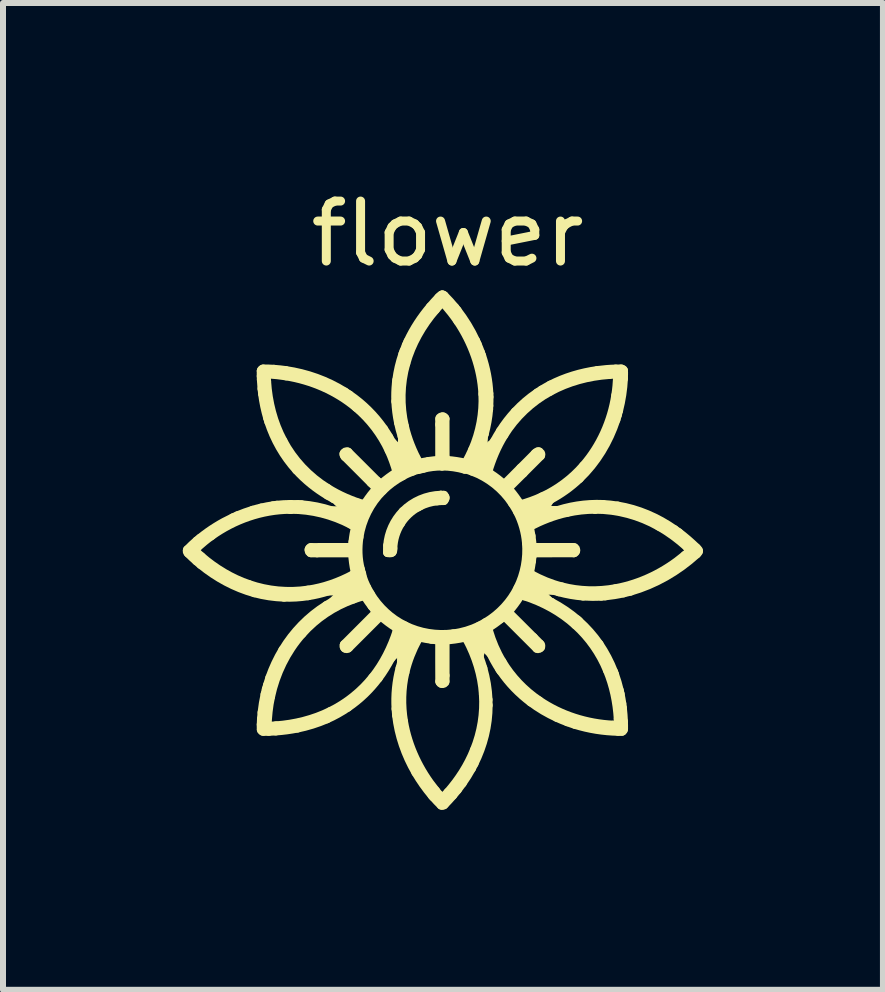
<source format=kicad_pcb>
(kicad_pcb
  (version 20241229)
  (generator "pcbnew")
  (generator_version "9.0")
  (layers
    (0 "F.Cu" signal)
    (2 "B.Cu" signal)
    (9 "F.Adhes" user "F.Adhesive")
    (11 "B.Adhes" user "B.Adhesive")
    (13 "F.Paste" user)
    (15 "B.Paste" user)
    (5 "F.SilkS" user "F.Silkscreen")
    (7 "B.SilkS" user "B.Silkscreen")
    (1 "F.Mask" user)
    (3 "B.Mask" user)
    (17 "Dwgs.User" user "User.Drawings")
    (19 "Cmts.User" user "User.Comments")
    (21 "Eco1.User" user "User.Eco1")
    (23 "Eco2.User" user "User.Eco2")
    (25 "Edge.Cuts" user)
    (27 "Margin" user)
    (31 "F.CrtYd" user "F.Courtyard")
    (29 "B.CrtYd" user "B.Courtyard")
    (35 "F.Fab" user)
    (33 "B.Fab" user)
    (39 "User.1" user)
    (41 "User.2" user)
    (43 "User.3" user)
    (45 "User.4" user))
  (footprint "flower"
    (layer "F.Cu")
    (at 4.415 5.848)
    (property "Reference" "flower" (at 0 -5 0) (layer "F.SilkS") (effects (font (size 1 1) (thickness 0.15))))
    (attr through_hole)
    (fp_line (start -2.99 -2.664) (end -2.99 -2.664) (stroke (width 0.153) (type solid)) (layer "F.SilkS"))
    (fp_line (start -2.617 -0.407) (end -2.617 -0.407) (stroke (width 0.153) (type solid)) (layer "F.SilkS"))
    (fp_line (start -1.371 1.05) (end -1.371 1.05) (stroke (width 0.153) (type solid)) (layer "F.SilkS"))
    (fp_line (start -0.455 1.727) (end -0.455 1.727) (stroke (width 0.153) (type solid)) (layer "F.SilkS"))
    (fp_line (start -0.113 -0.638) (end -0.113 -0.638) (stroke (width 0.153) (type solid)) (layer "F.SilkS"))
    (fp_line (start -0.094 -1.129) (end -0.094 -1.129) (stroke (width 0.153) (type solid)) (layer "F.SilkS"))
    (fp_line (start -0.091 -3.978) (end -0.091 -3.978) (stroke (width 0.153) (type solid)) (layer "F.SilkS"))
    (fp_line (start -0.061 -3.843) (end -0.061 -3.843) (stroke (width 0.153) (type solid)) (layer "F.SilkS"))
    (fp_line (start 0.5 2.2) (end 0.6 1.8) (stroke (width 0.12) (type solid)) (layer "F.SilkS"))
    (fp_line (start 0.9 2.2) (end 0.5 1.8) (stroke (width 0.12) (type solid)) (layer "F.SilkS"))
    (fp_line (start 1.234 1.022) (end 1.234 1.022) (stroke (width 0.153) (type solid)) (layer "F.SilkS"))
    (fp_line (start 1.543 -0.271) (end 1.9 -0.4) (stroke (width 0.12) (type solid)) (layer "F.SilkS"))
    (fp_line (start 1.8 -0.7) (end 1.543 -0.271) (stroke (width 0.12) (type solid)) (layer "F.SilkS"))
    (fp_line (start 1.9 -0.4) (end 1.4 -0.4) (stroke (width 0.12) (type solid)) (layer "F.SilkS"))
    (fp_line (start 2.458 -0.408) (end 2.458 -0.408) (stroke (width 0.153) (type solid)) (layer "F.SilkS"))
    (fp_line (start 2.836 -2.627) (end 2.836 -2.627) (stroke (width 0.153) (type solid)) (layer "F.SilkS"))
    (fp_poly (pts (xy -1.4 0.95) (xy -1.75 1.1) (xy -1.85 0.85) (xy -1.5 0.7)) (stroke (width 0.1) (type solid)) (fill yes) (layer "F.SilkS"))
    (fp_poly (pts (xy -1.35 -0.4) (xy -1.45 -0.15) (xy -1.8 -0.3) (xy -1.7 -0.55)) (stroke (width 0.1) (type solid)) (fill yes) (layer "F.SilkS"))
    (fp_poly (pts (xy -0.5 -1.15) (xy -0.75 -1) (xy -0.9 -1.35) (xy -0.65 -1.45)) (stroke (width 0.1) (type solid)) (fill yes) (layer "F.SilkS"))
    (fp_poly (pts (xy -0.5 1.65) (xy -0.65 2) (xy -0.9 1.9) (xy -0.75 1.55)) (stroke (width 0.1) (type solid)) (fill yes) (layer "F.SilkS"))
    (fp_poly (pts (xy 0.7 -1.35) (xy 0.6 -1.05) (xy 0.35 -1.15) (xy 0.5 -1.45)) (stroke (width 0.1) (type solid)) (fill yes) (layer "F.SilkS"))
    (fp_poly (pts (xy 0.7 1.8) (xy 0.459 1.907) (xy 0.35 1.7) (xy 0.55 1.55)) (stroke (width 0.1) (type solid)) (fill yes) (layer "F.SilkS"))
    (fp_poly (pts (xy 1.6 -0.3) (xy 1.4 -0.2) (xy 1.25 -0.45) (xy 1.55 -0.5)) (stroke (width 0.1) (type solid)) (fill yes) (layer "F.SilkS"))
    (fp_poly (pts (xy 1.6 0.85) (xy 1.5 1.05) (xy 1.25 0.95) (xy 1.35 0.7)) (stroke (width 0.1) (type solid)) (fill yes) (layer "F.SilkS"))
    (fp_curve (pts (xy -4.337 0.271) (xy -4.348 0.289) (xy -4.34 0.312) (xy -4.324 0.324)) (stroke (width 0.153) (type solid)) (layer "F.SilkS"))
    (fp_curve (pts (xy -4.324 0.324) (xy -4.28 0.369) (xy -4.234 0.412) (xy -4.186 0.453)) (stroke (width 0.153) (type solid)) (layer "F.SilkS"))
    (fp_curve (pts (xy -4.196 0.311) (xy -4.202 0.28) (xy -4.2 0.244) (xy -4.175 0.222)) (stroke (width 0.153) (type solid)) (layer "F.SilkS"))
    (fp_curve (pts (xy -4.186 0.453) (xy -4.164 0.472) (xy -4.139 0.494) (xy -4.116 0.513)) (stroke (width 0.153) (type solid)) (layer "F.SilkS"))
    (fp_curve (pts (xy -4.18 0.123) (xy -4.234 0.17) (xy -4.287 0.218) (xy -4.337 0.271)) (stroke (width 0.153) (type solid)) (layer "F.SilkS"))
    (fp_curve (pts (xy -4.175 0.222) (xy -4.1 0.156) (xy -4.024 0.091) (xy -3.942 0.033)) (stroke (width 0.153) (type solid)) (layer "F.SilkS"))
    (fp_curve (pts (xy -4.127 0.08) (xy -4.143 0.093) (xy -4.163 0.109) (xy -4.18 0.123)) (stroke (width 0.153) (type solid)) (layer "F.SilkS"))
    (fp_curve (pts (xy -4.116 0.513) (xy -3.854 0.728) (xy -3.55 0.894) (xy -3.223 0.984)) (stroke (width 0.153) (type solid)) (layer "F.SilkS"))
    (fp_curve (pts (xy -4.11 0.387) (xy -4.139 0.362) (xy -4.168 0.336) (xy -4.196 0.311)) (stroke (width 0.153) (type solid)) (layer "F.SilkS"))
    (fp_curve (pts (xy -3.942 0.033) (xy -3.562 -0.24) (xy -3.1 -0.403) (xy -2.631 -0.407)) (stroke (width 0.153) (type solid)) (layer "F.SilkS"))
    (fp_curve (pts (xy -3.579 -0.262) (xy -3.775 -0.171) (xy -3.96 -0.056) (xy -4.127 0.08)) (stroke (width 0.153) (type solid)) (layer "F.SilkS"))
    (fp_curve (pts (xy -3.503 -0.296) (xy -3.527 -0.286) (xy -3.554 -0.274) (xy -3.579 -0.262)) (stroke (width 0.153) (type solid)) (layer "F.SilkS"))
    (fp_curve (pts (xy -3.317 0.851) (xy -3.609 0.751) (xy -3.877 0.589) (xy -4.11 0.387)) (stroke (width 0.153) (type solid)) (layer "F.SilkS"))
    (fp_curve (pts (xy -3.251 -0.387) (xy -3.336 -0.361) (xy -3.42 -0.331) (xy -3.503 -0.296)) (stroke (width 0.153) (type solid)) (layer "F.SilkS"))
    (fp_curve (pts (xy -3.223 0.984) (xy -3.062 1.028) (xy -2.896 1.053) (xy -2.73 1.058)) (stroke (width 0.153) (type solid)) (layer "F.SilkS"))
    (fp_curve (pts (xy -3.107 -0.425) (xy -3.156 -0.414) (xy -3.204 -0.401) (xy -3.251 -0.387)) (stroke (width 0.153) (type solid)) (layer "F.SilkS"))
    (fp_curve (pts (xy -3.107 3.183) (xy -3.107 3.212) (xy -3.109 3.24) (xy -3.106 3.268)) (stroke (width 0.153) (type solid)) (layer "F.SilkS"))
    (fp_curve (pts (xy -3.107 -2.625) (xy -3.107 -2.606) (xy -3.106 -2.585) (xy -3.105 -2.568)) (stroke (width 0.153) (type solid)) (layer "F.SilkS"))
    (fp_curve (pts (xy -3.107 -2.714) (xy -3.11 -2.684) (xy -3.106 -2.654) (xy -3.107 -2.625)) (stroke (width 0.153) (type solid)) (layer "F.SilkS"))
    (fp_curve (pts (xy -3.106 3.268) (xy -3.104 3.284) (xy -3.091 3.294) (xy -3.076 3.295)) (stroke (width 0.153) (type solid)) (layer "F.SilkS"))
    (fp_curve (pts (xy -3.105 -2.568) (xy -3.103 -2.517) (xy -3.099 -2.466) (xy -3.094 -2.415)) (stroke (width 0.153) (type solid)) (layer "F.SilkS"))
    (fp_curve (pts (xy -3.103 3.092) (xy -3.105 3.121) (xy -3.106 3.154) (xy -3.107 3.183)) (stroke (width 0.153) (type solid)) (layer "F.SilkS"))
    (fp_curve (pts (xy -3.094 -2.415) (xy -3.091 -2.388) (xy -3.088 -2.357) (xy -3.084 -2.329)) (stroke (width 0.153) (type solid)) (layer "F.SilkS"))
    (fp_curve (pts (xy -3.093 2.982) (xy -3.097 3.017) (xy -3.1 3.056) (xy -3.103 3.092)) (stroke (width 0.153) (type solid)) (layer "F.SilkS"))
    (fp_curve (pts (xy -3.084 -2.329) (xy -3.067 -2.193) (xy -3.039 -2.059) (xy -3 -1.928)) (stroke (width 0.153) (type solid)) (layer "F.SilkS"))
    (fp_curve (pts (xy -3.077 -2.743) (xy -3.092 -2.742) (xy -3.106 -2.73) (xy -3.107 -2.714)) (stroke (width 0.153) (type solid)) (layer "F.SilkS"))
    (fp_curve (pts (xy -3.076 3.295) (xy -3.045 3.297) (xy -3.014 3.294) (xy -2.984 3.295)) (stroke (width 0.153) (type solid)) (layer "F.SilkS"))
    (fp_curve (pts (xy -3.043 2.68) (xy -3.065 2.78) (xy -3.082 2.88) (xy -3.093 2.982)) (stroke (width 0.153) (type solid)) (layer "F.SilkS"))
    (fp_curve (pts (xy -3.03 -2.667) (xy -3.017 -2.666) (xy -3.003 -2.665) (xy -2.99 -2.664)) (stroke (width 0.153) (type solid)) (layer "F.SilkS"))
    (fp_curve (pts (xy -3.022 2.594) (xy -3.029 2.622) (xy -3.037 2.654) (xy -3.043 2.68)) (stroke (width 0.153) (type solid)) (layer "F.SilkS"))
    (fp_curve (pts (xy -3.021 -2.538) (xy -3.024 -2.581) (xy -3.027 -2.624) (xy -3.03 -2.667)) (stroke (width 0.153) (type solid)) (layer "F.SilkS"))
    (fp_curve (pts (xy -3.014 3.217) (xy -3.006 3.05) (xy -2.992 2.882) (xy -2.955 2.718)) (stroke (width 0.153) (type solid)) (layer "F.SilkS"))
    (fp_curve (pts (xy -3.003 2.529) (xy -3.009 2.548) (xy -3.016 2.572) (xy -3.022 2.594)) (stroke (width 0.153) (type solid)) (layer "F.SilkS"))
    (fp_curve (pts (xy -3 -1.928) (xy -2.995 -1.909) (xy -2.987 -1.885) (xy -2.981 -1.866)) (stroke (width 0.153) (type solid)) (layer "F.SilkS"))
    (fp_curve (pts (xy -2.99 -2.664) (xy -2.892 -2.657) (xy -2.793 -2.648) (xy -2.695 -2.632)) (stroke (width 0.153) (type solid)) (layer "F.SilkS"))
    (fp_curve (pts (xy -2.984 3.295) (xy -2.945 3.294) (xy -2.903 3.292) (xy -2.865 3.289)) (stroke (width 0.153) (type solid)) (layer "F.SilkS"))
    (fp_curve (pts (xy -2.981 -1.866) (xy -2.885 -1.57) (xy -2.728 -1.293) (xy -2.518 -1.063)) (stroke (width 0.153) (type solid)) (layer "F.SilkS"))
    (fp_curve (pts (xy -2.964 2.405) (xy -2.978 2.445) (xy -2.991 2.487) (xy -3.003 2.529)) (stroke (width 0.153) (type solid)) (layer "F.SilkS"))
    (fp_curve (pts (xy -2.955 2.718) (xy -2.872 2.331) (xy -2.694 1.962) (xy -2.43 1.666)) (stroke (width 0.153) (type solid)) (layer "F.SilkS"))
    (fp_curve (pts (xy -2.912 -0.462) (xy -2.978 -0.453) (xy -3.045 -0.44) (xy -3.107 -0.425)) (stroke (width 0.153) (type solid)) (layer "F.SilkS"))
    (fp_curve (pts (xy -2.898 -2.738) (xy -2.958 -2.742) (xy -3.017 -2.745) (xy -3.077 -2.743)) (stroke (width 0.153) (type solid)) (layer "F.SilkS"))
    (fp_curve (pts (xy -2.865 3.289) (xy -2.744 3.281) (xy -2.624 3.265) (xy -2.506 3.241)) (stroke (width 0.153) (type solid)) (layer "F.SilkS"))
    (fp_curve (pts (xy -2.862 3.207) (xy -2.912 3.211) (xy -2.963 3.214) (xy -3.014 3.217)) (stroke (width 0.153) (type solid)) (layer "F.SilkS"))
    (fp_curve (pts (xy -2.848 -0.471) (xy -2.868 -0.468) (xy -2.891 -0.465) (xy -2.912 -0.462)) (stroke (width 0.153) (type solid)) (layer "F.SilkS"))
    (fp_curve (pts (xy -2.749 -1.545) (xy -2.913 -1.85) (xy -2.999 -2.193) (xy -3.021 -2.538)) (stroke (width 0.153) (type solid)) (layer "F.SilkS"))
    (fp_curve (pts (xy -2.747 1.942) (xy -2.834 2.086) (xy -2.908 2.244) (xy -2.964 2.405)) (stroke (width 0.153) (type solid)) (layer "F.SilkS"))
    (fp_curve (pts (xy -2.73 1.058) (xy -2.598 1.063) (xy -2.46 1.055) (xy -2.329 1.034)) (stroke (width 0.153) (type solid)) (layer "F.SilkS"))
    (fp_curve (pts (xy -2.7 -2.717) (xy -2.763 -2.726) (xy -2.832 -2.734) (xy -2.898 -2.738)) (stroke (width 0.153) (type solid)) (layer "F.SilkS"))
    (fp_curve (pts (xy -2.695 -2.632) (xy -2.267 -2.563) (xy -1.853 -2.386) (xy -1.521 -2.105)) (stroke (width 0.153) (type solid)) (layer "F.SilkS"))
    (fp_curve (pts (xy -2.631 -0.407) (xy -2.626 -0.407) (xy -2.621 -0.407) (xy -2.617 -0.407)) (stroke (width 0.153) (type solid)) (layer "F.SilkS"))
    (fp_curve (pts (xy -2.622 -0.484) (xy -2.697 -0.484) (xy -2.773 -0.479) (xy -2.848 -0.471)) (stroke (width 0.153) (type solid)) (layer "F.SilkS"))
    (fp_curve (pts (xy -2.617 -0.407) (xy -2.267 -0.408) (xy -1.92 -0.319) (xy -1.611 -0.157)) (stroke (width 0.153) (type solid)) (layer "F.SilkS"))
    (fp_curve (pts (xy -2.518 -1.063) (xy -2.368 -0.898) (xy -2.193 -0.758) (xy -2.002 -0.644)) (stroke (width 0.153) (type solid)) (layer "F.SilkS"))
    (fp_curve (pts (xy -2.506 3.241) (xy -2.339 3.207) (xy -2.173 3.156) (xy -2.016 3.087)) (stroke (width 0.153) (type solid)) (layer "F.SilkS"))
    (fp_curve (pts (xy -2.495 -0.482) (xy -2.535 -0.484) (xy -2.579 -0.485) (xy -2.622 -0.484)) (stroke (width 0.153) (type solid)) (layer "F.SilkS"))
    (fp_curve (pts (xy -2.437 -0.479) (xy -2.454 -0.48) (xy -2.476 -0.481) (xy -2.495 -0.482)) (stroke (width 0.153) (type solid)) (layer "F.SilkS"))
    (fp_curve (pts (xy -2.43 1.666) (xy -2.199 1.405) (xy -1.901 1.206) (xy -1.573 1.089)) (stroke (width 0.153) (type solid)) (layer "F.SilkS"))
    (fp_curve (pts (xy -2.33 0.944) (xy -2.66 0.993) (xy -3.001 0.961) (xy -3.317 0.851)) (stroke (width 0.153) (type solid)) (layer "F.SilkS"))
    (fp_curve (pts (xy -2.329 1.034) (xy -2.216 1.017) (xy -2.105 0.99) (xy -1.996 0.956)) (stroke (width 0.153) (type solid)) (layer "F.SilkS"))
    (fp_curve (pts (xy -2.309 0.266) (xy -2.312 0.286) (xy -2.306 0.315) (xy -2.281 0.317)) (stroke (width 0.153) (type solid)) (layer "F.SilkS"))
    (fp_curve (pts (xy -2.281 0.317) (xy -2.247 0.322) (xy -2.212 0.317) (xy -2.178 0.319)) (stroke (width 0.153) (type solid)) (layer "F.SilkS"))
    (fp_curve (pts (xy -2.28 0.234) (xy -2.296 0.236) (xy -2.308 0.25) (xy -2.309 0.266)) (stroke (width 0.153) (type solid)) (layer "F.SilkS"))
    (fp_curve (pts (xy -2.178 0.319) (xy -1.98 0.319) (xy -1.783 0.319) (xy -1.585 0.319)) (stroke (width 0.153) (type solid)) (layer "F.SilkS"))
    (fp_curve (pts (xy -2.02 1.201) (xy -2.317 1.385) (xy -2.567 1.643) (xy -2.747 1.942)) (stroke (width 0.153) (type solid)) (layer "F.SilkS"))
    (fp_curve (pts (xy -2.016 3.087) (xy -1.895 3.034) (xy -1.777 2.968) (xy -1.667 2.893)) (stroke (width 0.153) (type solid)) (layer "F.SilkS"))
    (fp_curve (pts (xy -2.007 -0.753) (xy -2.318 -0.946) (xy -2.578 -1.221) (xy -2.749 -1.545)) (stroke (width 0.153) (type solid)) (layer "F.SilkS"))
    (fp_curve (pts (xy -2.002 -0.644) (xy -1.968 -0.624) (xy -1.931 -0.603) (xy -1.895 -0.583)) (stroke (width 0.153) (type solid)) (layer "F.SilkS"))
    (fp_curve (pts (xy -1.996 0.956) (xy -1.905 0.954) (xy -1.815 0.952) (xy -1.724 0.949)) (stroke (width 0.153) (type solid)) (layer "F.SilkS"))
    (fp_curve (pts (xy -1.957 2.969) (xy -2.238 3.108) (xy -2.549 3.184) (xy -2.862 3.207)) (stroke (width 0.153) (type solid)) (layer "F.SilkS"))
    (fp_curve (pts (xy -1.938 -0.379) (xy -2.1 -0.432) (xy -2.268 -0.466) (xy -2.437 -0.479)) (stroke (width 0.153) (type solid)) (layer "F.SilkS"))
    (fp_curve (pts (xy -1.916 1.139) (xy -1.95 1.161) (xy -1.986 1.179) (xy -2.02 1.201)) (stroke (width 0.153) (type solid)) (layer "F.SilkS"))
    (fp_curve (pts (xy -1.895 -0.583) (xy -1.872 -0.573) (xy -1.85 -0.56) (xy -1.834 -0.54)) (stroke (width 0.153) (type solid)) (layer "F.SilkS"))
    (fp_curve (pts (xy -1.834 -0.54) (xy -1.781 -0.486) (xy -1.728 -0.433) (xy -1.674 -0.379)) (stroke (width 0.153) (type solid)) (layer "F.SilkS"))
    (fp_curve (pts (xy -1.727 -1.331) (xy -1.733 -1.313) (xy -1.721 -1.297) (xy -1.708 -1.285)) (stroke (width 0.153) (type solid)) (layer "F.SilkS"))
    (fp_curve (pts (xy -1.724 0.949) (xy -1.789 1.012) (xy -1.851 1.077) (xy -1.916 1.139)) (stroke (width 0.153) (type solid)) (layer "F.SilkS"))
    (fp_curve (pts (xy -1.721 1.851) (xy -1.734 1.868) (xy -1.728 1.894) (xy -1.712 1.906)) (stroke (width 0.153) (type solid)) (layer "F.SilkS"))
    (fp_curve (pts (xy -1.718 -2.36) (xy -2.015 -2.547) (xy -2.353 -2.667) (xy -2.7 -2.717)) (stroke (width 0.153) (type solid)) (layer "F.SilkS"))
    (fp_curve (pts (xy -1.712 1.906) (xy -1.696 1.921) (xy -1.67 1.92) (xy -1.656 1.903)) (stroke (width 0.153) (type solid)) (layer "F.SilkS"))
    (fp_curve (pts (xy -1.708 -1.285) (xy -1.564 -1.141) (xy -1.42 -0.997) (xy -1.276 -0.853)) (stroke (width 0.153) (type solid)) (layer "F.SilkS"))
    (fp_curve (pts (xy -1.674 -0.379) (xy -1.762 -0.379) (xy -1.85 -0.378) (xy -1.938 -0.379)) (stroke (width 0.153) (type solid)) (layer "F.SilkS"))
    (fp_curve (pts (xy -1.667 2.893) (xy -1.473 2.762) (xy -1.3 2.595) (xy -1.159 2.407)) (stroke (width 0.153) (type solid)) (layer "F.SilkS"))
    (fp_curve (pts (xy -1.663 -1.357) (xy -1.686 -1.374) (xy -1.721 -1.357) (xy -1.727 -1.331)) (stroke (width 0.153) (type solid)) (layer "F.SilkS"))
    (fp_curve (pts (xy -1.656 1.903) (xy -1.477 1.724) (xy -1.298 1.545) (xy -1.119 1.366)) (stroke (width 0.153) (type solid)) (layer "F.SilkS"))
    (fp_curve (pts (xy -1.642 -2.31) (xy -1.666 -2.326) (xy -1.693 -2.344) (xy -1.718 -2.36)) (stroke (width 0.153) (type solid)) (layer "F.SilkS"))
    (fp_curve (pts (xy -1.611 -0.157) (xy -1.585 -0.144) (xy -1.56 -0.131) (xy -1.534 -0.117)) (stroke (width 0.153) (type solid)) (layer "F.SilkS"))
    (fp_curve (pts (xy -1.586 0.233) (xy -1.817 0.233) (xy -2.048 0.232) (xy -2.28 0.234)) (stroke (width 0.153) (type solid)) (layer "F.SilkS"))
    (fp_curve (pts (xy -1.585 0.319) (xy -1.578 0.427) (xy -1.565 0.536) (xy -1.54 0.642)) (stroke (width 0.153) (type solid)) (layer "F.SilkS"))
    (fp_curve (pts (xy -1.577 0.137) (xy -1.58 0.169) (xy -1.583 0.201) (xy -1.586 0.233)) (stroke (width 0.153) (type solid)) (layer "F.SilkS"))
    (fp_curve (pts (xy -1.574 0.689) (xy -1.809 0.815) (xy -2.065 0.906) (xy -2.33 0.944)) (stroke (width 0.153) (type solid)) (layer "F.SilkS"))
    (fp_curve (pts (xy -1.573 1.089) (xy -1.511 1.067) (xy -1.448 1.047) (xy -1.385 1.029)) (stroke (width 0.153) (type solid)) (layer "F.SilkS"))
    (fp_curve (pts (xy -1.54 0.642) (xy -1.535 0.664) (xy -1.553 0.684) (xy -1.574 0.689)) (stroke (width 0.153) (type solid)) (layer "F.SilkS"))
    (fp_curve (pts (xy -1.534 -0.117) (xy -1.553 -0.033) (xy -1.569 0.052) (xy -1.577 0.137)) (stroke (width 0.153) (type solid)) (layer "F.SilkS"))
    (fp_curve (pts (xy -1.521 -2.105) (xy -1.29 -1.909) (xy -1.102 -1.663) (xy -0.975 -1.389)) (stroke (width 0.153) (type solid)) (layer "F.SilkS"))
    (fp_curve (pts (xy -1.481 0.059) (xy -1.436 -0.233) (xy -1.298 -0.51) (xy -1.088 -0.718)) (stroke (width 0.153) (type solid)) (layer "F.SilkS"))
    (fp_curve (pts (xy -1.457 0.598) (xy -1.504 0.422) (xy -1.507 0.237) (xy -1.481 0.059)) (stroke (width 0.153) (type solid)) (layer "F.SilkS"))
    (fp_curve (pts (xy -1.436 0.67) (xy -1.441 0.645) (xy -1.453 0.623) (xy -1.457 0.598)) (stroke (width 0.153) (type solid)) (layer "F.SilkS"))
    (fp_curve (pts (xy -1.431 0.705) (xy -1.435 0.693) (xy -1.437 0.682) (xy -1.436 0.67)) (stroke (width 0.153) (type solid)) (layer "F.SilkS"))
    (fp_curve (pts (xy -1.385 -0.475) (xy -1.603 -0.542) (xy -1.815 -0.631) (xy -2.007 -0.753)) (stroke (width 0.153) (type solid)) (layer "F.SilkS"))
    (fp_curve (pts (xy -1.385 1.029) (xy -1.38 1.036) (xy -1.376 1.043) (xy -1.371 1.05)) (stroke (width 0.153) (type solid)) (layer "F.SilkS"))
    (fp_curve (pts (xy -1.371 1.05) (xy -1.336 1.103) (xy -1.301 1.156) (xy -1.261 1.206)) (stroke (width 0.153) (type solid)) (layer "F.SilkS"))
    (fp_curve (pts (xy -1.359 -0.517) (xy -1.367 -0.503) (xy -1.376 -0.489) (xy -1.385 -0.475)) (stroke (width 0.153) (type solid)) (layer "F.SilkS"))
    (fp_curve (pts (xy -1.352 0.902) (xy -1.383 0.838) (xy -1.41 0.773) (xy -1.431 0.705)) (stroke (width 0.153) (type solid)) (layer "F.SilkS"))
    (fp_curve (pts (xy -1.293 1.006) (xy -1.313 0.971) (xy -1.333 0.937) (xy -1.352 0.902)) (stroke (width 0.153) (type solid)) (layer "F.SilkS"))
    (fp_curve (pts (xy -1.276 -0.853) (xy -1.244 -0.821) (xy -1.211 -0.788) (xy -1.178 -0.755)) (stroke (width 0.153) (type solid)) (layer "F.SilkS"))
    (fp_curve (pts (xy -1.261 1.206) (xy -1.248 1.222) (xy -1.233 1.242) (xy -1.218 1.259)) (stroke (width 0.153) (type solid)) (layer "F.SilkS"))
    (fp_curve (pts (xy -1.249 2.402) (xy -1.44 2.64) (xy -1.683 2.835) (xy -1.957 2.969)) (stroke (width 0.153) (type solid)) (layer "F.SilkS"))
    (fp_curve (pts (xy -1.218 1.259) (xy -1.205 1.275) (xy -1.191 1.291) (xy -1.178 1.307)) (stroke (width 0.153) (type solid)) (layer "F.SilkS"))
    (fp_curve (pts (xy -1.178 1.307) (xy -1.359 1.488) (xy -1.541 1.669) (xy -1.721 1.851)) (stroke (width 0.153) (type solid)) (layer "F.SilkS"))
    (fp_curve (pts (xy -1.178 -0.755) (xy -1.243 -0.679) (xy -1.305 -0.601) (xy -1.359 -0.517)) (stroke (width 0.153) (type solid)) (layer "F.SilkS"))
    (fp_curve (pts (xy -1.177 -0.872) (xy -1.339 -1.034) (xy -1.501 -1.196) (xy -1.663 -1.357)) (stroke (width 0.153) (type solid)) (layer "F.SilkS"))
    (fp_curve (pts (xy -1.159 2.407) (xy -1.082 2.306) (xy -1.016 2.197) (xy -0.956 2.084)) (stroke (width 0.153) (type solid)) (layer "F.SilkS"))
    (fp_curve (pts (xy -1.131 -0.831) (xy -1.15 -0.84) (xy -1.161 -0.859) (xy -1.177 -0.872)) (stroke (width 0.153) (type solid)) (layer "F.SilkS"))
    (fp_curve (pts (xy -1.119 1.366) (xy -1.034 1.438) (xy -0.946 1.508) (xy -0.85 1.565)) (stroke (width 0.153) (type solid)) (layer "F.SilkS"))
    (fp_curve (pts (xy -1.104 -0.826) (xy -1.112 -0.824) (xy -1.123 -0.828) (xy -1.131 -0.831)) (stroke (width 0.153) (type solid)) (layer "F.SilkS"))
    (fp_curve (pts (xy -1.088 -0.718) (xy -0.989 -0.817) (xy -0.876 -0.9) (xy -0.753 -0.966)) (stroke (width 0.153) (type solid)) (layer "F.SilkS"))
    (fp_curve (pts (xy -1.07 -1.742) (xy -1.223 -1.964) (xy -1.419 -2.158) (xy -1.642 -2.31)) (stroke (width 0.153) (type solid)) (layer "F.SilkS"))
    (fp_curve (pts (xy -1 0.315) (xy -0.976 0.317) (xy -0.949 0.326) (xy -0.929 0.309)) (stroke (width 0.153) (type solid)) (layer "F.SilkS"))
    (fp_curve (pts (xy -0.999 0.199) (xy -1.003 0.238) (xy -1.002 0.277) (xy -1 0.315)) (stroke (width 0.153) (type solid)) (layer "F.SilkS"))
    (fp_curve (pts (xy -0.983 -1.605) (xy -1.01 -1.652) (xy -1.04 -1.699) (xy -1.07 -1.742)) (stroke (width 0.153) (type solid)) (layer "F.SilkS"))
    (fp_curve (pts (xy -0.975 -1.389) (xy -0.92 -1.27) (xy -0.877 -1.146) (xy -0.841 -1.02)) (stroke (width 0.153) (type solid)) (layer "F.SilkS"))
    (fp_curve (pts (xy -0.956 2.084) (xy -0.93 2.05) (xy -0.897 2.022) (xy -0.867 1.99)) (stroke (width 0.153) (type solid)) (layer "F.SilkS"))
    (fp_curve (pts (xy -0.933 -1.521) (xy -0.953 -1.547) (xy -0.965 -1.578) (xy -0.983 -1.605)) (stroke (width 0.153) (type solid)) (layer "F.SilkS"))
    (fp_curve (pts (xy -0.929 0.309) (xy -0.912 0.294) (xy -0.918 0.269) (xy -0.916 0.249)) (stroke (width 0.153) (type solid)) (layer "F.SilkS"))
    (fp_curve (pts (xy -0.916 0.249) (xy -0.912 0.099) (xy -0.866 -0.05) (xy -0.785 -0.176)) (stroke (width 0.153) (type solid)) (layer "F.SilkS"))
    (fp_curve (pts (xy -0.867 1.99) (xy -0.834 1.956) (xy -0.8 1.921) (xy -0.766 1.887)) (stroke (width 0.153) (type solid)) (layer "F.SilkS"))
    (fp_curve (pts (xy -0.863 -2.204) (xy -0.857 -2.084) (xy -0.843 -1.968) (xy -0.818 -1.851)) (stroke (width 0.153) (type solid)) (layer "F.SilkS"))
    (fp_curve (pts (xy -0.859 2.923) (xy -0.857 2.957) (xy -0.854 2.994) (xy -0.85 3.029)) (stroke (width 0.153) (type solid)) (layer "F.SilkS"))
    (fp_curve (pts (xy -0.853 -2.51) (xy -0.864 -2.408) (xy -0.867 -2.307) (xy -0.863 -2.204)) (stroke (width 0.153) (type solid)) (layer "F.SilkS"))
    (fp_curve (pts (xy -0.85 1.565) (xy -0.832 1.578) (xy -0.832 1.605) (xy -0.841 1.624)) (stroke (width 0.153) (type solid)) (layer "F.SilkS"))
    (fp_curve (pts (xy -0.85 3.029) (xy -0.813 3.363) (xy -0.699 3.69) (xy -0.529 3.981)) (stroke (width 0.153) (type solid)) (layer "F.SilkS"))
    (fp_curve (pts (xy -0.847 -2.56) (xy -0.849 -2.545) (xy -0.852 -2.526) (xy -0.853 -2.51)) (stroke (width 0.153) (type solid)) (layer "F.SilkS"))
    (fp_curve (pts (xy -0.841 1.624) (xy -0.931 1.904) (xy -1.064 2.172) (xy -1.249 2.402)) (stroke (width 0.153) (type solid)) (layer "F.SilkS"))
    (fp_curve (pts (xy -0.841 -1.02) (xy -0.934 -0.963) (xy -1.021 -0.898) (xy -1.104 -0.826)) (stroke (width 0.153) (type solid)) (layer "F.SilkS"))
    (fp_curve (pts (xy -0.818 -1.851) (xy -0.803 -1.774) (xy -0.782 -1.697) (xy -0.758 -1.622)) (stroke (width 0.153) (type solid)) (layer "F.SilkS"))
    (fp_curve (pts (xy -0.792 2.243) (xy -0.851 2.464) (xy -0.873 2.694) (xy -0.859 2.923)) (stroke (width 0.153) (type solid)) (layer "F.SilkS"))
    (fp_curve (pts (xy -0.785 -0.176) (xy -0.714 -0.288) (xy -0.614 -0.382) (xy -0.498 -0.446)) (stroke (width 0.153) (type solid)) (layer "F.SilkS"))
    (fp_curve (pts (xy -0.768 2.147) (xy -0.771 2.18) (xy -0.785 2.21) (xy -0.792 2.243)) (stroke (width 0.153) (type solid)) (layer "F.SilkS"))
    (fp_curve (pts (xy -0.766 1.887) (xy -0.767 1.974) (xy -0.766 2.06) (xy -0.768 2.147)) (stroke (width 0.153) (type solid)) (layer "F.SilkS"))
    (fp_curve (pts (xy -0.758 -1.622) (xy -0.748 -1.599) (xy -0.753 -1.573) (xy -0.752 -1.549)) (stroke (width 0.153) (type solid)) (layer "F.SilkS"))
    (fp_curve (pts (xy -0.753 -0.966) (xy -0.701 -0.998) (xy -0.643 -1.02) (xy -0.586 -1.043)) (stroke (width 0.153) (type solid)) (layer "F.SilkS"))
    (fp_curve (pts (xy -0.752 -1.549) (xy -0.751 -1.478) (xy -0.75 -1.407) (xy -0.749 -1.337)) (stroke (width 0.153) (type solid)) (layer "F.SilkS"))
    (fp_curve (pts (xy -0.749 -1.337) (xy -0.81 -1.399) (xy -0.873 -1.459) (xy -0.933 -1.521)) (stroke (width 0.153) (type solid)) (layer "F.SilkS"))
    (fp_curve (pts (xy -0.745 -2.994) (xy -0.794 -2.853) (xy -0.828 -2.708) (xy -0.847 -2.56)) (stroke (width 0.153) (type solid)) (layer "F.SilkS"))
    (fp_curve (pts (xy -0.741 -0.368) (xy -0.89 -0.217) (xy -0.983 -0.012) (xy -0.999 0.199)) (stroke (width 0.153) (type solid)) (layer "F.SilkS"))
    (fp_curve (pts (xy -0.738 3.133) (xy -0.783 2.862) (xy -0.777 2.583) (xy -0.715 2.315)) (stroke (width 0.153) (type solid)) (layer "F.SilkS"))
    (fp_curve (pts (xy -0.726 -3.044) (xy -0.732 -3.03) (xy -0.739 -3.011) (xy -0.745 -2.994)) (stroke (width 0.153) (type solid)) (layer "F.SilkS"))
    (fp_curve (pts (xy -0.723 -1.789) (xy -0.804 -2.133) (xy -0.797 -2.497) (xy -0.7 -2.837)) (stroke (width 0.153) (type solid)) (layer "F.SilkS"))
    (fp_curve (pts (xy -0.716 1.539) (xy -0.955 1.422) (xy -1.157 1.233) (xy -1.293 1.006)) (stroke (width 0.153) (type solid)) (layer "F.SilkS"))
    (fp_curve (pts (xy -0.715 2.315) (xy -0.67 2.121) (xy -0.596 1.935) (xy -0.501 1.761)) (stroke (width 0.153) (type solid)) (layer "F.SilkS"))
    (fp_curve (pts (xy -0.7 -2.837) (xy -0.606 -3.17) (xy -0.431 -3.477) (xy -0.205 -3.738)) (stroke (width 0.153) (type solid)) (layer "F.SilkS"))
    (fp_curve (pts (xy -0.688 -3.14) (xy -0.701 -3.108) (xy -0.714 -3.076) (xy -0.726 -3.044)) (stroke (width 0.153) (type solid)) (layer "F.SilkS"))
    (fp_curve (pts (xy -0.66 -3.203) (xy -0.669 -3.184) (xy -0.679 -3.161) (xy -0.688 -3.14)) (stroke (width 0.153) (type solid)) (layer "F.SilkS"))
    (fp_curve (pts (xy -0.586 -1.043) (xy -0.556 -1.054) (xy -0.526 -1.066) (xy -0.494 -1.072)) (stroke (width 0.153) (type solid)) (layer "F.SilkS"))
    (fp_curve (pts (xy -0.529 3.981) (xy -0.45 4.116) (xy -0.36 4.244) (xy -0.259 4.363)) (stroke (width 0.153) (type solid)) (layer "F.SilkS"))
    (fp_curve (pts (xy -0.501 1.761) (xy -0.494 1.748) (xy -0.487 1.735) (xy -0.481 1.722)) (stroke (width 0.153) (type solid)) (layer "F.SilkS"))
    (fp_curve (pts (xy -0.498 -0.446) (xy -0.489 -0.451) (xy -0.476 -0.458) (xy -0.466 -0.463)) (stroke (width 0.153) (type solid)) (layer "F.SilkS"))
    (fp_curve (pts (xy -0.494 -1.072) (xy -0.464 -1.07) (xy -0.437 -1.087) (xy -0.407 -1.091)) (stroke (width 0.153) (type solid)) (layer "F.SilkS"))
    (fp_curve (pts (xy -0.481 -1.17) (xy -0.587 -1.365) (xy -0.673 -1.572) (xy -0.723 -1.789)) (stroke (width 0.153) (type solid)) (layer "F.SilkS"))
    (fp_curve (pts (xy -0.481 1.722) (xy -0.472 1.724) (xy -0.464 1.726) (xy -0.455 1.727)) (stroke (width 0.153) (type solid)) (layer "F.SilkS"))
    (fp_curve (pts (xy -0.466 -0.463) (xy -0.375 -0.509) (xy -0.276 -0.538) (xy -0.174 -0.548)) (stroke (width 0.153) (type solid)) (layer "F.SilkS"))
    (fp_curve (pts (xy -0.455 1.727) (xy -0.395 1.741) (xy -0.331 1.753) (xy -0.27 1.76)) (stroke (width 0.153) (type solid)) (layer "F.SilkS"))
    (fp_curve (pts (xy -0.407 -1.091) (xy -0.305 -1.117) (xy -0.199 -1.129) (xy -0.094 -1.129)) (stroke (width 0.153) (type solid)) (layer "F.SilkS"))
    (fp_curve (pts (xy -0.32 -1.201) (xy -0.374 -1.193) (xy -0.427 -1.181) (xy -0.481 -1.17)) (stroke (width 0.153) (type solid)) (layer "F.SilkS"))
    (fp_curve (pts (xy -0.287 -3.78) (xy -0.436 -3.605) (xy -0.563 -3.411) (xy -0.66 -3.203)) (stroke (width 0.153) (type solid)) (layer "F.SilkS"))
    (fp_curve (pts (xy -0.27 1.76) (xy -0.224 1.766) (xy -0.178 1.769) (xy -0.131 1.773)) (stroke (width 0.153) (type solid)) (layer "F.SilkS"))
    (fp_curve (pts (xy -0.259 4.363) (xy -0.253 4.369) (xy -0.244 4.381) (xy -0.236 4.389)) (stroke (width 0.153) (type solid)) (layer "F.SilkS"))
    (fp_curve (pts (xy -0.236 4.389) (xy -0.195 4.436) (xy -0.152 4.483) (xy -0.106 4.526)) (stroke (width 0.153) (type solid)) (layer "F.SilkS"))
    (fp_curve (pts (xy -0.205 -3.738) (xy -0.166 -3.784) (xy -0.126 -3.828) (xy -0.086 -3.873)) (stroke (width 0.153) (type solid)) (layer "F.SilkS"))
    (fp_curve (pts (xy -0.204 4.289) (xy -0.475 3.957) (xy -0.667 3.557) (xy -0.738 3.133)) (stroke (width 0.153) (type solid)) (layer "F.SilkS"))
    (fp_curve (pts (xy -0.174 -0.548) (xy -0.16 -0.55) (xy -0.141 -0.551) (xy -0.125 -0.552)) (stroke (width 0.153) (type solid)) (layer "F.SilkS"))
    (fp_curve (pts (xy -0.147 -3.935) (xy -0.195 -3.885) (xy -0.243 -3.832) (xy -0.287 -3.78)) (stroke (width 0.153) (type solid)) (layer "F.SilkS"))
    (fp_curve (pts (xy -0.137 4.369) (xy -0.161 4.343) (xy -0.182 4.316) (xy -0.204 4.289)) (stroke (width 0.153) (type solid)) (layer "F.SilkS"))
    (fp_curve (pts (xy -0.131 -1.819) (xy -0.131 -1.62) (xy -0.131 -1.421) (xy -0.131 -1.222)) (stroke (width 0.153) (type solid)) (layer "F.SilkS"))
    (fp_curve (pts (xy -0.131 -1.222) (xy -0.194 -1.216) (xy -0.259 -1.211) (xy -0.32 -1.201)) (stroke (width 0.153) (type solid)) (layer "F.SilkS"))
    (fp_curve (pts (xy -0.131 1.773) (xy -0.131 2.005) (xy -0.132 2.236) (xy -0.13 2.467)) (stroke (width 0.153) (type solid)) (layer "F.SilkS"))
    (fp_curve (pts (xy -0.13 2.467) (xy -0.128 2.484) (xy -0.113 2.497) (xy -0.096 2.497)) (stroke (width 0.153) (type solid)) (layer "F.SilkS"))
    (fp_curve (pts (xy -0.129 -1.918) (xy -0.134 -1.885) (xy -0.129 -1.852) (xy -0.131 -1.819)) (stroke (width 0.153) (type solid)) (layer "F.SilkS"))
    (fp_curve (pts (xy -0.125 -0.552) (xy -0.105 -0.553) (xy -0.086 -0.552) (xy -0.066 -0.553)) (stroke (width 0.153) (type solid)) (layer "F.SilkS"))
    (fp_curve (pts (xy -0.113 -0.638) (xy -0.347 -0.633) (xy -0.577 -0.535) (xy -0.741 -0.368)) (stroke (width 0.153) (type solid)) (layer "F.SilkS"))
    (fp_curve (pts (xy -0.106 4.526) (xy -0.091 4.534) (xy -0.069 4.532) (xy -0.059 4.516)) (stroke (width 0.153) (type solid)) (layer "F.SilkS"))
    (fp_curve (pts (xy -0.096 2.497) (xy -0.077 2.5) (xy -0.048 2.493) (xy -0.047 2.469)) (stroke (width 0.153) (type solid)) (layer "F.SilkS"))
    (fp_curve (pts (xy -0.094 -1.129) (xy 0.035 -1.129) (xy 0.164 -1.11) (xy 0.288 -1.075)) (stroke (width 0.153) (type solid)) (layer "F.SilkS"))
    (fp_curve (pts (xy -0.091 -3.978) (xy -0.115 -3.975) (xy -0.129 -3.951) (xy -0.147 -3.935)) (stroke (width 0.153) (type solid)) (layer "F.SilkS"))
    (fp_curve (pts (xy -0.086 -3.873) (xy -0.078 -3.863) (xy -0.069 -3.853) (xy -0.061 -3.843)) (stroke (width 0.153) (type solid)) (layer "F.SilkS"))
    (fp_curve (pts (xy -0.081 -1.945) (xy -0.1 -1.947) (xy -0.127 -1.941) (xy -0.129 -1.918)) (stroke (width 0.153) (type solid)) (layer "F.SilkS"))
    (fp_curve (pts (xy -0.066 -0.553) (xy -0.053 -0.565) (xy -0.042 -0.581) (xy -0.045 -0.6)) (stroke (width 0.153) (type solid)) (layer "F.SilkS"))
    (fp_curve (pts (xy -0.065 -0.637) (xy -0.081 -0.638) (xy -0.097 -0.639) (xy -0.113 -0.638)) (stroke (width 0.153) (type solid)) (layer "F.SilkS"))
    (fp_curve (pts (xy -0.062 -3.967) (xy -0.069 -3.974) (xy -0.08 -3.979) (xy -0.091 -3.978)) (stroke (width 0.153) (type solid)) (layer "F.SilkS"))
    (fp_curve (pts (xy -0.061 -3.843) (xy 0.021 -3.748) (xy 0.1 -3.65) (xy 0.171 -3.546)) (stroke (width 0.153) (type solid)) (layer "F.SilkS"))
    (fp_curve (pts (xy -0.059 4.516) (xy -0.01 4.466) (xy 0.038 4.415) (xy 0.083 4.362)) (stroke (width 0.153) (type solid)) (layer "F.SilkS"))
    (fp_curve (pts (xy -0.047 2.469) (xy -0.042 2.434) (xy -0.047 2.4) (xy -0.045 2.366)) (stroke (width 0.153) (type solid)) (layer "F.SilkS"))
    (fp_curve (pts (xy -0.046 -1.916) (xy -0.048 -1.933) (xy -0.064 -1.945) (xy -0.081 -1.945)) (stroke (width 0.153) (type solid)) (layer "F.SilkS"))
    (fp_curve (pts (xy -0.045 1.773) (xy 0.064 1.766) (xy 0.173 1.752) (xy 0.279 1.727)) (stroke (width 0.153) (type solid)) (layer "F.SilkS"))
    (fp_curve (pts (xy -0.045 2.366) (xy -0.045 2.168) (xy -0.045 1.971) (xy -0.045 1.773)) (stroke (width 0.153) (type solid)) (layer "F.SilkS"))
    (fp_curve (pts (xy -0.045 -1.271) (xy -0.046 -1.486) (xy -0.044 -1.701) (xy -0.046 -1.916)) (stroke (width 0.153) (type solid)) (layer "F.SilkS"))
    (fp_curve (pts (xy -0.045 -0.6) (xy -0.045 -0.614) (xy -0.055 -0.628) (xy -0.065 -0.637)) (stroke (width 0.153) (type solid)) (layer "F.SilkS"))
    (fp_curve (pts (xy -0.041 4.369) (xy -0.067 4.393) (xy -0.111 4.394) (xy -0.137 4.369)) (stroke (width 0.153) (type solid)) (layer "F.SilkS"))
    (fp_curve (pts (xy -0.015 -1.219) (xy -0.038 -1.224) (xy -0.05 -1.249) (xy -0.045 -1.271)) (stroke (width 0.153) (type solid)) (layer "F.SilkS"))
    (fp_curve (pts (xy 0.006 4.317) (xy -0.01 4.334) (xy -0.024 4.353) (xy -0.041 4.369)) (stroke (width 0.153) (type solid)) (layer "F.SilkS"))
    (fp_curve (pts (xy 0.083 4.362) (xy 0.108 4.333) (xy 0.135 4.3) (xy 0.16 4.269)) (stroke (width 0.153) (type solid)) (layer "F.SilkS"))
    (fp_curve (pts (xy 0.093 1.673) (xy -0.182 1.708) (xy -0.468 1.663) (xy -0.716 1.539)) (stroke (width 0.153) (type solid)) (layer "F.SilkS"))
    (fp_curve (pts (xy 0.118 -3.768) (xy 0.061 -3.837) (xy 0.002 -3.904) (xy -0.062 -3.967)) (stroke (width 0.153) (type solid)) (layer "F.SilkS"))
    (fp_curve (pts (xy 0.156 -3.721) (xy 0.145 -3.735) (xy 0.131 -3.753) (xy 0.118 -3.768)) (stroke (width 0.153) (type solid)) (layer "F.SilkS"))
    (fp_curve (pts (xy 0.16 4.269) (xy 0.188 4.233) (xy 0.216 4.196) (xy 0.242 4.159)) (stroke (width 0.153) (type solid)) (layer "F.SilkS"))
    (fp_curve (pts (xy 0.171 -3.546) (xy 0.413 -3.186) (xy 0.568 -2.762) (xy 0.589 -2.327)) (stroke (width 0.153) (type solid)) (layer "F.SilkS"))
    (fp_curve (pts (xy 0.242 4.159) (xy 0.298 4.08) (xy 0.35 3.998) (xy 0.396 3.913)) (stroke (width 0.153) (type solid)) (layer "F.SilkS"))
    (fp_curve (pts (xy 0.279 1.727) (xy 0.301 1.723) (xy 0.32 1.742) (xy 0.326 1.762)) (stroke (width 0.153) (type solid)) (layer "F.SilkS"))
    (fp_curve (pts (xy 0.288 -1.075) (xy 0.331 -1.077) (xy 0.37 -1.056) (xy 0.41 -1.043)) (stroke (width 0.153) (type solid)) (layer "F.SilkS"))
    (fp_curve (pts (xy 0.304 -1.17) (xy 0.199 -1.195) (xy 0.092 -1.211) (xy -0.015 -1.219)) (stroke (width 0.153) (type solid)) (layer "F.SilkS"))
    (fp_curve (pts (xy 0.326 1.762) (xy 0.477 2.044) (xy 0.576 2.357) (xy 0.597 2.678)) (stroke (width 0.153) (type solid)) (layer "F.SilkS"))
    (fp_curve (pts (xy 0.361 1.709) (xy 0.433 1.679) (xy 0.505 1.65) (xy 0.576 1.621)) (stroke (width 0.153) (type solid)) (layer "F.SilkS"))
    (fp_curve (pts (xy 0.396 3.913) (xy 0.41 3.888) (xy 0.425 3.86) (xy 0.438 3.833)) (stroke (width 0.153) (type solid)) (layer "F.SilkS"))
    (fp_curve (pts (xy 0.41 -1.043) (xy 0.683 -0.942) (xy 0.921 -0.752) (xy 1.081 -0.51)) (stroke (width 0.153) (type solid)) (layer "F.SilkS"))
    (fp_curve (pts (xy 0.417 -1.396) (xy 0.383 -1.318) (xy 0.344 -1.244) (xy 0.304 -1.17)) (stroke (width 0.153) (type solid)) (layer "F.SilkS"))
    (fp_curve (pts (xy 0.438 3.833) (xy 0.589 3.533) (xy 0.674 3.199) (xy 0.673 2.862)) (stroke (width 0.153) (type solid)) (layer "F.SilkS"))
    (fp_curve (pts (xy 0.447 3.611) (xy 0.343 3.871) (xy 0.19 4.108) (xy 0.006 4.317)) (stroke (width 0.153) (type solid)) (layer "F.SilkS"))
    (fp_curve (pts (xy 0.459 1.907) (xy 0.428 1.84) (xy 0.394 1.775) (xy 0.361 1.709)) (stroke (width 0.153) (type solid)) (layer "F.SilkS"))
    (fp_curve (pts (xy 0.465 -3.213) (xy 0.382 -3.393) (xy 0.278 -3.564) (xy 0.156 -3.721)) (stroke (width 0.153) (type solid)) (layer "F.SilkS"))
    (fp_curve (pts (xy 0.49 -3.157) (xy 0.483 -3.174) (xy 0.474 -3.195) (xy 0.465 -3.213)) (stroke (width 0.153) (type solid)) (layer "F.SilkS"))
    (fp_curve (pts (xy 0.5 2) (xy 0.5 1.99) (xy 0.502 1.98) (xy 0.5 1.971)) (stroke (width 0.153) (type solid)) (layer "F.SilkS"))
    (fp_curve (pts (xy 0.5 1.971) (xy 0.481 1.954) (xy 0.468 1.931) (xy 0.459 1.907)) (stroke (width 0.153) (type solid)) (layer "F.SilkS"))
    (fp_curve (pts (xy 0.522 2.057) (xy 0.515 2.038) (xy 0.506 2.019) (xy 0.5 2)) (stroke (width 0.153) (type solid)) (layer "F.SilkS"))
    (fp_curve (pts (xy 0.529 1.544) (xy 0.392 1.61) (xy 0.244 1.655) (xy 0.093 1.673)) (stroke (width 0.153) (type solid)) (layer "F.SilkS"))
    (fp_curve (pts (xy 0.544 -3.021) (xy 0.528 -3.067) (xy 0.51 -3.112) (xy 0.49 -3.157)) (stroke (width 0.153) (type solid)) (layer "F.SilkS"))
    (fp_curve (pts (xy 0.564 -2.967) (xy 0.558 -2.983) (xy 0.551 -3.004) (xy 0.544 -3.021)) (stroke (width 0.153) (type solid)) (layer "F.SilkS"))
    (fp_curve (pts (xy 0.576 1.621) (xy 0.605 1.705) (xy 0.632 1.79) (xy 0.666 1.872)) (stroke (width 0.153) (type solid)) (layer "F.SilkS"))
    (fp_curve (pts (xy 0.585 2.245) (xy 0.567 2.183) (xy 0.545 2.119) (xy 0.522 2.057)) (stroke (width 0.153) (type solid)) (layer "F.SilkS"))
    (fp_curve (pts (xy 0.589 -2.327) (xy 0.605 -2.009) (xy 0.545 -1.687) (xy 0.417 -1.396)) (stroke (width 0.153) (type solid)) (layer "F.SilkS"))
    (fp_curve (pts (xy 0.59 -1.335) (xy 0.591 -1.422) (xy 0.59 -1.509) (xy 0.591 -1.595)) (stroke (width 0.153) (type solid)) (layer "F.SilkS"))
    (fp_curve (pts (xy 0.591 -1.595) (xy 0.593 -1.618) (xy 0.602 -1.641) (xy 0.608 -1.661)) (stroke (width 0.153) (type solid)) (layer "F.SilkS"))
    (fp_curve (pts (xy 0.597 2.678) (xy 0.62 2.995) (xy 0.567 3.317) (xy 0.447 3.611)) (stroke (width 0.153) (type solid)) (layer "F.SilkS"))
    (fp_curve (pts (xy 0.608 -1.661) (xy 0.645 -1.796) (xy 0.67 -1.934) (xy 0.681 -2.074)) (stroke (width 0.153) (type solid)) (layer "F.SilkS"))
    (fp_curve (pts (xy 0.637 1.484) (xy 0.601 1.504) (xy 0.566 1.526) (xy 0.529 1.544)) (stroke (width 0.153) (type solid)) (layer "F.SilkS"))
    (fp_curve (pts (xy 0.664 -1.021) (xy 0.728 -1.24) (xy 0.816 -1.453) (xy 0.937 -1.647)) (stroke (width 0.153) (type solid)) (layer "F.SilkS"))
    (fp_curve (pts (xy 0.664 1.573) (xy 0.737 1.525) (xy 0.81 1.477) (xy 0.876 1.421)) (stroke (width 0.153) (type solid)) (layer "F.SilkS"))
    (fp_curve (pts (xy 0.666 1.903) (xy 0.685 1.919) (xy 0.698 1.942) (xy 0.707 1.965)) (stroke (width 0.153) (type solid)) (layer "F.SilkS"))
    (fp_curve (pts (xy 0.666 1.872) (xy 0.666 1.882) (xy 0.664 1.893) (xy 0.666 1.903)) (stroke (width 0.153) (type solid)) (layer "F.SilkS"))
    (fp_curve (pts (xy 0.671 2.769) (xy 0.664 2.591) (xy 0.634 2.415) (xy 0.585 2.245)) (stroke (width 0.153) (type solid)) (layer "F.SilkS"))
    (fp_curve (pts (xy 0.673 2.862) (xy 0.673 2.831) (xy 0.673 2.798) (xy 0.671 2.769)) (stroke (width 0.153) (type solid)) (layer "F.SilkS"))
    (fp_curve (pts (xy 0.68 1.623) (xy 0.675 1.606) (xy 0.67 1.59) (xy 0.664 1.573)) (stroke (width 0.153) (type solid)) (layer "F.SilkS"))
    (fp_curve (pts (xy 0.681 -2.074) (xy 0.682 -2.091) (xy 0.684 -2.112) (xy 0.684 -2.131)) (stroke (width 0.153) (type solid)) (layer "F.SilkS"))
    (fp_curve (pts (xy 0.684 -2.131) (xy 0.687 -2.179) (xy 0.688 -2.23) (xy 0.687 -2.28)) (stroke (width 0.153) (type solid)) (layer "F.SilkS"))
    (fp_curve (pts (xy 0.685 -2.336) (xy 0.675 -2.55) (xy 0.633 -2.763) (xy 0.564 -2.967)) (stroke (width 0.153) (type solid)) (layer "F.SilkS"))
    (fp_curve (pts (xy 0.687 -2.28) (xy 0.686 -2.299) (xy 0.686 -2.317) (xy 0.685 -2.336)) (stroke (width 0.153) (type solid)) (layer "F.SilkS"))
    (fp_curve (pts (xy 0.706 -0.993) (xy 0.692 -1.002) (xy 0.678 -1.012) (xy 0.664 -1.021)) (stroke (width 0.153) (type solid)) (layer "F.SilkS"))
    (fp_curve (pts (xy 0.707 1.965) (xy 0.754 2.067) (xy 0.808 2.166) (xy 0.87 2.26)) (stroke (width 0.153) (type solid)) (layer "F.SilkS"))
    (fp_curve (pts (xy 0.728 -1.476) (xy 0.682 -1.429) (xy 0.636 -1.382) (xy 0.59 -1.335)) (stroke (width 0.153) (type solid)) (layer "F.SilkS"))
    (fp_curve (pts (xy 0.783 -1.539) (xy 0.77 -1.513) (xy 0.746 -1.497) (xy 0.728 -1.476)) (stroke (width 0.153) (type solid)) (layer "F.SilkS"))
    (fp_curve (pts (xy 0.87 2.26) (xy 0.876 2.268) (xy 0.884 2.28) (xy 0.891 2.29)) (stroke (width 0.153) (type solid)) (layer "F.SilkS"))
    (fp_curve (pts (xy 0.876 1.421) (xy 0.899 1.403) (xy 0.921 1.384) (xy 0.943 1.366)) (stroke (width 0.153) (type solid)) (layer "F.SilkS"))
    (fp_curve (pts (xy 0.883 -1.71) (xy 0.847 -1.655) (xy 0.815 -1.597) (xy 0.783 -1.539)) (stroke (width 0.153) (type solid)) (layer "F.SilkS"))
    (fp_curve (pts (xy 0.891 2.29) (xy 1.026 2.488) (xy 1.195 2.662) (xy 1.386 2.805)) (stroke (width 0.153) (type solid)) (layer "F.SilkS"))
    (fp_curve (pts (xy 0.904 2.138) (xy 0.807 1.978) (xy 0.733 1.803) (xy 0.68 1.623)) (stroke (width 0.153) (type solid)) (layer "F.SilkS"))
    (fp_curve (pts (xy 0.937 -1.647) (xy 1.125 -1.95) (xy 1.392 -2.204) (xy 1.705 -2.374)) (stroke (width 0.153) (type solid)) (layer "F.SilkS"))
    (fp_curve (pts (xy 0.943 -0.814) (xy 0.867 -0.878) (xy 0.79 -0.941) (xy 0.706 -0.993)) (stroke (width 0.153) (type solid)) (layer "F.SilkS"))
    (fp_curve (pts (xy 0.943 1.366) (xy 1.125 1.548) (xy 1.306 1.73) (xy 1.489 1.911)) (stroke (width 0.153) (type solid)) (layer "F.SilkS"))
    (fp_curve (pts (xy 1.001 1.307) (xy 1.075 1.222) (xy 1.144 1.132) (xy 1.203 1.036)) (stroke (width 0.153) (type solid)) (layer "F.SilkS"))
    (fp_curve (pts (xy 1.025 -0.779) (xy 1.103 -0.856) (xy 1.18 -0.933) (xy 1.257 -1.01)) (stroke (width 0.153) (type solid)) (layer "F.SilkS"))
    (fp_curve (pts (xy 1.03 -0.721) (xy 1.013 -0.735) (xy 1.01 -0.762) (xy 1.025 -0.779)) (stroke (width 0.153) (type solid)) (layer "F.SilkS"))
    (fp_curve (pts (xy 1.081 -0.51) (xy 1.113 -0.463) (xy 1.14 -0.414) (xy 1.168 -0.365)) (stroke (width 0.153) (type solid)) (layer "F.SilkS"))
    (fp_curve (pts (xy 1.128 -2.029) (xy 1.038 -1.932) (xy 0.954 -1.824) (xy 0.883 -1.71)) (stroke (width 0.153) (type solid)) (layer "F.SilkS"))
    (fp_curve (pts (xy 1.168 -0.365) (xy 1.25 -0.203) (xy 1.301 -0.026) (xy 1.316 0.155)) (stroke (width 0.153) (type solid)) (layer "F.SilkS"))
    (fp_curve (pts (xy 1.174 0.906) (xy 1.056 1.145) (xy 0.866 1.348) (xy 0.637 1.484)) (stroke (width 0.153) (type solid)) (layer "F.SilkS"))
    (fp_curve (pts (xy 1.203 1.036) (xy 1.21 1.027) (xy 1.222 1.022) (xy 1.234 1.022)) (stroke (width 0.153) (type solid)) (layer "F.SilkS"))
    (fp_curve (pts (xy 1.208 -0.477) (xy 1.155 -0.562) (xy 1.096 -0.645) (xy 1.03 -0.721)) (stroke (width 0.153) (type solid)) (layer "F.SilkS"))
    (fp_curve (pts (xy 1.219 -1.09) (xy 1.127 -0.998) (xy 1.035 -0.906) (xy 0.943 -0.814)) (stroke (width 0.153) (type solid)) (layer "F.SilkS"))
    (fp_curve (pts (xy 1.234 1.022) (xy 1.25 1.023) (xy 1.264 1.032) (xy 1.28 1.036)) (stroke (width 0.153) (type solid)) (layer "F.SilkS"))
    (fp_curve (pts (xy 1.257 -0.389) (xy 1.339 -0.416) (xy 1.421 -0.444) (xy 1.502 -0.475)) (stroke (width 0.153) (type solid)) (layer "F.SilkS"))
    (fp_curve (pts (xy 1.257 -1.01) (xy 1.353 -1.107) (xy 1.45 -1.203) (xy 1.546 -1.3)) (stroke (width 0.153) (type solid)) (layer "F.SilkS"))
    (fp_curve (pts (xy 1.28 1.036) (xy 1.593 1.137) (xy 1.889 1.297) (xy 2.133 1.519)) (stroke (width 0.153) (type solid)) (layer "F.SilkS"))
    (fp_curve (pts (xy 1.316 0.155) (xy 1.337 0.412) (xy 1.289 0.675) (xy 1.174 0.906)) (stroke (width 0.153) (type solid)) (layer "F.SilkS"))
    (fp_curve (pts (xy 1.345 -0.173) (xy 1.315 -0.245) (xy 1.286 -0.317) (xy 1.257 -0.389)) (stroke (width 0.153) (type solid)) (layer "F.SilkS"))
    (fp_curve (pts (xy 1.357 -0.118) (xy 1.558 -0.223) (xy 1.77 -0.308) (xy 1.992 -0.356)) (stroke (width 0.153) (type solid)) (layer "F.SilkS"))
    (fp_curve (pts (xy 1.358 0.668) (xy 1.373 0.599) (xy 1.388 0.529) (xy 1.396 0.457)) (stroke (width 0.153) (type solid)) (layer "F.SilkS"))
    (fp_curve (pts (xy 1.386 2.805) (xy 1.52 2.906) (xy 1.668 2.993) (xy 1.822 3.063)) (stroke (width 0.153) (type solid)) (layer "F.SilkS"))
    (fp_curve (pts (xy 1.387 0.684) (xy 1.377 0.679) (xy 1.367 0.673) (xy 1.358 0.668)) (stroke (width 0.153) (type solid)) (layer "F.SilkS"))
    (fp_curve (pts (xy 1.388 0.039) (xy 1.38 -0.014) (xy 1.368 -0.066) (xy 1.357 -0.118)) (stroke (width 0.153) (type solid)) (layer "F.SilkS"))
    (fp_curve (pts (xy 1.396 0.457) (xy 1.399 0.434) (xy 1.402 0.407) (xy 1.404 0.381)) (stroke (width 0.153) (type solid)) (layer "F.SilkS"))
    (fp_curve (pts (xy 1.404 0.381) (xy 1.406 0.361) (xy 1.408 0.34) (xy 1.409 0.319)) (stroke (width 0.153) (type solid)) (layer "F.SilkS"))
    (fp_curve (pts (xy 1.409 0.233) (xy 1.404 0.168) (xy 1.398 0.102) (xy 1.388 0.039)) (stroke (width 0.153) (type solid)) (layer "F.SilkS"))
    (fp_curve (pts (xy 1.409 0.319) (xy 1.641 0.319) (xy 1.873 0.32) (xy 2.104 0.318)) (stroke (width 0.153) (type solid)) (layer "F.SilkS"))
    (fp_curve (pts (xy 1.428 1.733) (xy 1.286 1.591) (xy 1.144 1.449) (xy 1.001 1.307)) (stroke (width 0.153) (type solid)) (layer "F.SilkS"))
    (fp_curve (pts (xy 1.462 -1.334) (xy 1.382 -1.252) (xy 1.3 -1.172) (xy 1.219 -1.09)) (stroke (width 0.153) (type solid)) (layer "F.SilkS"))
    (fp_curve (pts (xy 1.489 1.911) (xy 1.509 1.924) (xy 1.535 1.913) (xy 1.546 1.894)) (stroke (width 0.153) (type solid)) (layer "F.SilkS"))
    (fp_curve (pts (xy 1.495 -2.344) (xy 1.361 -2.254) (xy 1.238 -2.148) (xy 1.128 -2.029)) (stroke (width 0.153) (type solid)) (layer "F.SilkS"))
    (fp_curve (pts (xy 1.502 -0.475) (xy 1.514 -0.479) (xy 1.527 -0.477) (xy 1.539 -0.478)) (stroke (width 0.153) (type solid)) (layer "F.SilkS"))
    (fp_curve (pts (xy 1.504 0.944) (xy 1.589 0.944) (xy 1.674 0.942) (xy 1.76 0.943)) (stroke (width 0.153) (type solid)) (layer "F.SilkS"))
    (fp_curve (pts (xy 1.516 -1.363) (xy 1.493 -1.369) (xy 1.477 -1.347) (xy 1.462 -1.334)) (stroke (width 0.153) (type solid)) (layer "F.SilkS"))
    (fp_curve (pts (xy 1.521 2.789) (xy 1.272 2.62) (xy 1.059 2.397) (xy 0.904 2.138)) (stroke (width 0.153) (type solid)) (layer "F.SilkS"))
    (fp_curve (pts (xy 1.539 1.845) (xy 1.503 1.806) (xy 1.465 1.771) (xy 1.428 1.733)) (stroke (width 0.153) (type solid)) (layer "F.SilkS"))
    (fp_curve (pts (xy 1.539 -0.478) (xy 1.556 -0.498) (xy 1.579 -0.51) (xy 1.603 -0.52)) (stroke (width 0.153) (type solid)) (layer "F.SilkS"))
    (fp_curve (pts (xy 1.543 -0.271) (xy 1.476 -0.24) (xy 1.411 -0.206) (xy 1.345 -0.173)) (stroke (width 0.153) (type solid)) (layer "F.SilkS"))
    (fp_curve (pts (xy 1.546 -1.3) (xy 1.563 -1.324) (xy 1.543 -1.359) (xy 1.516 -1.363)) (stroke (width 0.153) (type solid)) (layer "F.SilkS"))
    (fp_curve (pts (xy 1.546 1.894) (xy 1.556 1.878) (xy 1.553 1.856) (xy 1.539 1.845)) (stroke (width 0.153) (type solid)) (layer "F.SilkS"))
    (fp_curve (pts (xy 1.569 -2.392) (xy 1.544 -2.377) (xy 1.52 -2.361) (xy 1.495 -2.344)) (stroke (width 0.153) (type solid)) (layer "F.SilkS"))
    (fp_curve (pts (xy 1.576 -0.611) (xy 1.458 -0.555) (xy 1.334 -0.513) (xy 1.208 -0.477)) (stroke (width 0.153) (type solid)) (layer "F.SilkS"))
    (fp_curve (pts (xy 1.603 -0.52) (xy 1.638 -0.536) (xy 1.674 -0.554) (xy 1.707 -0.571)) (stroke (width 0.153) (type solid)) (layer "F.SilkS"))
    (fp_curve (pts (xy 1.606 -0.312) (xy 1.59 -0.293) (xy 1.567 -0.28) (xy 1.543 -0.271)) (stroke (width 0.153) (type solid)) (layer "F.SilkS"))
    (fp_curve (pts (xy 1.636 -0.312) (xy 1.626 -0.311) (xy 1.615 -0.315) (xy 1.606 -0.312)) (stroke (width 0.153) (type solid)) (layer "F.SilkS"))
    (fp_curve (pts (xy 1.677 1.116) (xy 1.619 1.058) (xy 1.562 1.001) (xy 1.504 0.944)) (stroke (width 0.153) (type solid)) (layer "F.SilkS"))
    (fp_curve (pts (xy 1.705 -2.374) (xy 2.007 -2.54) (xy 2.347 -2.631) (xy 2.69 -2.655)) (stroke (width 0.153) (type solid)) (layer "F.SilkS"))
    (fp_curve (pts (xy 1.707 -0.571) (xy 1.883 -0.664) (xy 2.05 -0.783) (xy 2.195 -0.921)) (stroke (width 0.153) (type solid)) (layer "F.SilkS"))
    (fp_curve (pts (xy 1.712 -2.474) (xy 1.664 -2.449) (xy 1.614 -2.42) (xy 1.569 -2.392)) (stroke (width 0.153) (type solid)) (layer "F.SilkS"))
    (fp_curve (pts (xy 1.731 1.15) (xy 1.712 1.139) (xy 1.691 1.133) (xy 1.677 1.116)) (stroke (width 0.153) (type solid)) (layer "F.SilkS"))
    (fp_curve (pts (xy 1.744 -0.352) (xy 1.708 -0.34) (xy 1.672 -0.325) (xy 1.636 -0.312)) (stroke (width 0.153) (type solid)) (layer "F.SilkS"))
    (fp_curve (pts (xy 1.76 0.943) (xy 1.792 0.947) (xy 1.822 0.961) (xy 1.854 0.968)) (stroke (width 0.153) (type solid)) (layer "F.SilkS"))
    (fp_curve (pts (xy 1.822 3.063) (xy 1.879 3.09) (xy 1.936 3.113) (xy 1.996 3.135)) (stroke (width 0.153) (type solid)) (layer "F.SilkS"))
    (fp_curve (pts (xy 1.854 0.968) (xy 1.986 1.004) (xy 2.12 1.028) (xy 2.257 1.039)) (stroke (width 0.153) (type solid)) (layer "F.SilkS"))
    (fp_curve (pts (xy 1.901 0.89) (xy 1.721 0.845) (xy 1.549 0.773) (xy 1.387 0.684)) (stroke (width 0.153) (type solid)) (layer "F.SilkS"))
    (fp_curve (pts (xy 1.992 -0.356) (xy 2.145 -0.39) (xy 2.301 -0.408) (xy 2.458 -0.408)) (stroke (width 0.153) (type solid)) (layer "F.SilkS"))
    (fp_curve (pts (xy 1.996 3.135) (xy 2.037 3.151) (xy 2.083 3.166) (xy 2.126 3.18)) (stroke (width 0.153) (type solid)) (layer "F.SilkS"))
    (fp_curve (pts (xy 2.003 0.233) (xy 1.805 0.233) (xy 1.607 0.233) (xy 1.409 0.233)) (stroke (width 0.153) (type solid)) (layer "F.SilkS"))
    (fp_curve (pts (xy 2.104 0.318) (xy 2.121 0.316) (xy 2.133 0.3) (xy 2.133 0.284)) (stroke (width 0.153) (type solid)) (layer "F.SilkS"))
    (fp_curve (pts (xy 2.105 0.235) (xy 2.072 0.23) (xy 2.037 0.235) (xy 2.003 0.233)) (stroke (width 0.153) (type solid)) (layer "F.SilkS"))
    (fp_curve (pts (xy 2.126 3.18) (xy 2.358 3.252) (xy 2.599 3.29) (xy 2.842 3.295)) (stroke (width 0.153) (type solid)) (layer "F.SilkS"))
    (fp_curve (pts (xy 2.133 0.284) (xy 2.136 0.264) (xy 2.129 0.237) (xy 2.105 0.235)) (stroke (width 0.153) (type solid)) (layer "F.SilkS"))
    (fp_curve (pts (xy 2.133 1.519) (xy 2.364 1.727) (xy 2.547 1.989) (xy 2.665 2.277)) (stroke (width 0.153) (type solid)) (layer "F.SilkS"))
    (fp_curve (pts (xy 2.158 1.439) (xy 2.027 1.327) (xy 1.884 1.231) (xy 1.731 1.15)) (stroke (width 0.153) (type solid)) (layer "F.SilkS"))
    (fp_curve (pts (xy 2.184 1.462) (xy 2.178 1.457) (xy 2.166 1.447) (xy 2.158 1.439)) (stroke (width 0.153) (type solid)) (layer "F.SilkS"))
    (fp_curve (pts (xy 2.195 -0.921) (xy 2.477 -1.189) (xy 2.683 -1.532) (xy 2.804 -1.901)) (stroke (width 0.153) (type solid)) (layer "F.SilkS"))
    (fp_curve (pts (xy 2.257 1.039) (xy 2.358 1.046) (xy 2.46 1.047) (xy 2.562 1.041)) (stroke (width 0.153) (type solid)) (layer "F.SilkS"))
    (fp_curve (pts (xy 2.267 -1.129) (xy 2.077 -0.91) (xy 1.839 -0.732) (xy 1.576 -0.611)) (stroke (width 0.153) (type solid)) (layer "F.SilkS"))
    (fp_curve (pts (xy 2.458 -0.408) (xy 2.83 -0.41) (xy 3.2 -0.308) (xy 3.523 -0.125)) (stroke (width 0.153) (type solid)) (layer "F.SilkS"))
    (fp_curve (pts (xy 2.493 -2.717) (xy 2.224 -2.68) (xy 1.955 -2.6) (xy 1.712 -2.474)) (stroke (width 0.153) (type solid)) (layer "F.SilkS"))
    (fp_curve (pts (xy 2.523 1.845) (xy 2.426 1.705) (xy 2.312 1.576) (xy 2.184 1.462)) (stroke (width 0.153) (type solid)) (layer "F.SilkS"))
    (fp_curve (pts (xy 2.562 1.041) (xy 2.582 1.039) (xy 2.607 1.038) (xy 2.626 1.036)) (stroke (width 0.153) (type solid)) (layer "F.SilkS"))
    (fp_curve (pts (xy 2.59 -0.484) (xy 2.303 -0.497) (xy 2.014 -0.45) (xy 1.744 -0.352)) (stroke (width 0.153) (type solid)) (layer "F.SilkS"))
    (fp_curve (pts (xy 2.626 1.036) (xy 2.728 1.026) (xy 2.829 1.01) (xy 2.93 0.987)) (stroke (width 0.153) (type solid)) (layer "F.SilkS"))
    (fp_curve (pts (xy 2.665 2.277) (xy 2.772 2.534) (xy 2.829 2.811) (xy 2.846 3.089)) (stroke (width 0.153) (type solid)) (layer "F.SilkS"))
    (fp_curve (pts (xy 2.69 -2.655) (xy 2.739 -2.659) (xy 2.789 -2.662) (xy 2.838 -2.665)) (stroke (width 0.153) (type solid)) (layer "F.SilkS"))
    (fp_curve (pts (xy 2.761 3.196) (xy 2.321 3.175) (xy 1.885 3.038) (xy 1.521 2.789)) (stroke (width 0.153) (type solid)) (layer "F.SilkS"))
    (fp_curve (pts (xy 2.765 2.307) (xy 2.703 2.145) (xy 2.62 1.987) (xy 2.523 1.845)) (stroke (width 0.153) (type solid)) (layer "F.SilkS"))
    (fp_curve (pts (xy 2.781 2.349) (xy 2.776 2.337) (xy 2.77 2.321) (xy 2.765 2.307)) (stroke (width 0.153) (type solid)) (layer "F.SilkS"))
    (fp_curve (pts (xy 2.801 -2.742) (xy 2.697 -2.74) (xy 2.596 -2.731) (xy 2.493 -2.717)) (stroke (width 0.153) (type solid)) (layer "F.SilkS"))
    (fp_curve (pts (xy 2.801 0.92) (xy 2.503 0.974) (xy 2.194 0.967) (xy 1.901 0.89)) (stroke (width 0.153) (type solid)) (layer "F.SilkS"))
    (fp_curve (pts (xy 2.804 -1.901) (xy 2.812 -1.927) (xy 2.82 -1.953) (xy 2.827 -1.977)) (stroke (width 0.153) (type solid)) (layer "F.SilkS"))
    (fp_curve (pts (xy 2.804 -2.302) (xy 2.737 -1.872) (xy 2.554 -1.458) (xy 2.267 -1.129)) (stroke (width 0.153) (type solid)) (layer "F.SilkS"))
    (fp_curve (pts (xy 2.827 -1.977) (xy 2.834 -2.002) (xy 2.841 -2.026) (xy 2.848 -2.052)) (stroke (width 0.153) (type solid)) (layer "F.SilkS"))
    (fp_curve (pts (xy 2.833 -0.458) (xy 2.752 -0.471) (xy 2.67 -0.48) (xy 2.59 -0.484)) (stroke (width 0.153) (type solid)) (layer "F.SilkS"))
    (fp_curve (pts (xy 2.836 -2.627) (xy 2.83 -2.518) (xy 2.822 -2.409) (xy 2.804 -2.302)) (stroke (width 0.153) (type solid)) (layer "F.SilkS"))
    (fp_curve (pts (xy 2.838 -2.665) (xy 2.837 -2.652) (xy 2.837 -2.639) (xy 2.836 -2.627)) (stroke (width 0.153) (type solid)) (layer "F.SilkS"))
    (fp_curve (pts (xy 2.838 3.16) (xy 2.824 3.188) (xy 2.791 3.202) (xy 2.761 3.196)) (stroke (width 0.153) (type solid)) (layer "F.SilkS"))
    (fp_curve (pts (xy 2.842 3.295) (xy 2.861 3.295) (xy 2.885 3.297) (xy 2.906 3.294)) (stroke (width 0.153) (type solid)) (layer "F.SilkS"))
    (fp_curve (pts (xy 2.846 3.089) (xy 2.848 3.113) (xy 2.852 3.139) (xy 2.838 3.16)) (stroke (width 0.153) (type solid)) (layer "F.SilkS"))
    (fp_curve (pts (xy 2.848 -2.052) (xy 2.893 -2.226) (xy 2.92 -2.404) (xy 2.929 -2.583)) (stroke (width 0.153) (type solid)) (layer "F.SilkS"))
    (fp_curve (pts (xy 2.86 2.616) (xy 2.839 2.525) (xy 2.812 2.436) (xy 2.781 2.349)) (stroke (width 0.153) (type solid)) (layer "F.SilkS"))
    (fp_curve (pts (xy 2.874 2.676) (xy 2.87 2.658) (xy 2.865 2.635) (xy 2.86 2.616)) (stroke (width 0.153) (type solid)) (layer "F.SilkS"))
    (fp_curve (pts (xy 2.891 -2.743) (xy 2.861 -2.745) (xy 2.832 -2.742) (xy 2.801 -2.742)) (stroke (width 0.153) (type solid)) (layer "F.SilkS"))
    (fp_curve (pts (xy 2.902 2.836) (xy 2.894 2.783) (xy 2.885 2.729) (xy 2.874 2.676)) (stroke (width 0.153) (type solid)) (layer "F.SilkS"))
    (fp_curve (pts (xy 2.906 3.294) (xy 2.922 3.291) (xy 2.932 3.274) (xy 2.931 3.258)) (stroke (width 0.153) (type solid)) (layer "F.SilkS"))
    (fp_curve (pts (xy 2.911 2.903) (xy 2.908 2.883) (xy 2.905 2.858) (xy 2.902 2.836)) (stroke (width 0.153) (type solid)) (layer "F.SilkS"))
    (fp_curve (pts (xy 2.929 -2.583) (xy 2.93 -2.606) (xy 2.931 -2.634) (xy 2.931 -2.659)) (stroke (width 0.153) (type solid)) (layer "F.SilkS"))
    (fp_curve (pts (xy 2.929 -2.721) (xy 2.924 -2.738) (xy 2.907 -2.744) (xy 2.891 -2.743)) (stroke (width 0.153) (type solid)) (layer "F.SilkS"))
    (fp_curve (pts (xy 2.929 3.134) (xy 2.926 3.057) (xy 2.92 2.98) (xy 2.911 2.903)) (stroke (width 0.153) (type solid)) (layer "F.SilkS"))
    (fp_curve (pts (xy 2.93 0.987) (xy 2.967 0.979) (xy 3.01 0.968) (xy 3.047 0.958)) (stroke (width 0.153) (type solid)) (layer "F.SilkS"))
    (fp_curve (pts (xy 2.931 -2.659) (xy 2.93 -2.68) (xy 2.933 -2.701) (xy 2.929 -2.721)) (stroke (width 0.153) (type solid)) (layer "F.SilkS"))
    (fp_curve (pts (xy 2.931 3.258) (xy 2.933 3.217) (xy 2.93 3.175) (xy 2.929 3.134)) (stroke (width 0.153) (type solid)) (layer "F.SilkS"))
    (fp_curve (pts (xy 3.047 0.958) (xy 3.456 0.842) (xy 3.834 0.624) (xy 4.148 0.338)) (stroke (width 0.153) (type solid)) (layer "F.SilkS"))
    (fp_curve (pts (xy 3.523 -0.125) (xy 3.691 -0.03) (xy 3.847 0.086) (xy 3.991 0.216)) (stroke (width 0.153) (type solid)) (layer "F.SilkS"))
    (fp_curve (pts (xy 3.779 -0.065) (xy 3.497 -0.263) (xy 3.173 -0.403) (xy 2.833 -0.458)) (stroke (width 0.153) (type solid)) (layer "F.SilkS"))
    (fp_curve (pts (xy 3.851 -0.014) (xy 3.828 -0.03) (xy 3.803 -0.049) (xy 3.779 -0.065)) (stroke (width 0.153) (type solid)) (layer "F.SilkS"))
    (fp_curve (pts (xy 3.957 0.366) (xy 3.626 0.644) (xy 3.227 0.842) (xy 2.801 0.92)) (stroke (width 0.153) (type solid)) (layer "F.SilkS"))
    (fp_curve (pts (xy 3.991 0.216) (xy 4.024 0.238) (xy 4.036 0.289) (xy 4.009 0.32)) (stroke (width 0.153) (type solid)) (layer "F.SilkS"))
    (fp_curve (pts (xy 4.009 0.32) (xy 3.994 0.338) (xy 3.974 0.35) (xy 3.957 0.366)) (stroke (width 0.153) (type solid)) (layer "F.SilkS"))
    (fp_curve (pts (xy 4.142 0.237) (xy 4.05 0.147) (xy 3.953 0.063) (xy 3.851 -0.014)) (stroke (width 0.153) (type solid)) (layer "F.SilkS"))
    (fp_curve (pts (xy 4.148 0.338) (xy 4.16 0.323) (xy 4.182 0.312) (xy 4.181 0.29)) (stroke (width 0.153) (type solid)) (layer "F.SilkS"))
    (fp_curve (pts (xy 4.181 0.29) (xy 4.181 0.266) (xy 4.156 0.253) (xy 4.142 0.237)) (stroke (width 0.153) (type solid)) (layer "F.SilkS")))
  (gr_rect
    (start -3 -3)
    (end 11.673 13.455)
    (stroke (width 0.1) (type default))
    (fill no)
    (layer "Edge.Cuts")))
</source>
